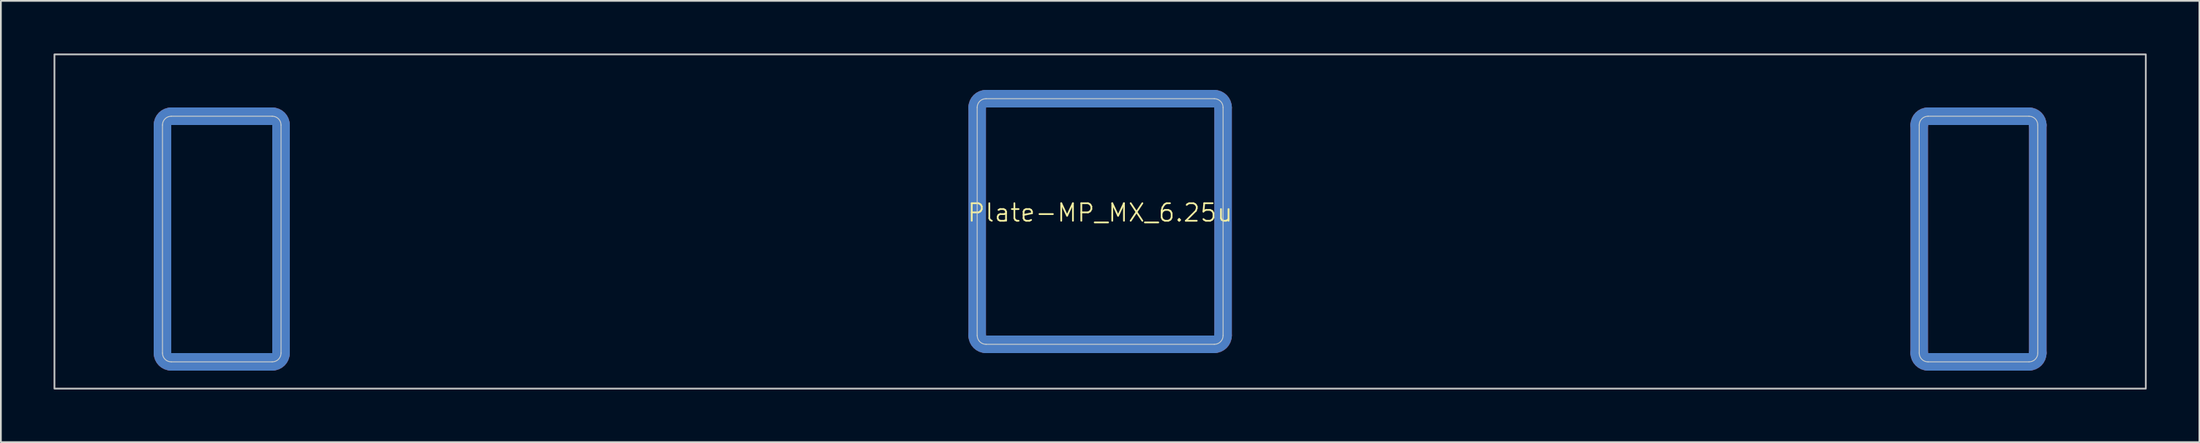
<source format=kicad_pcb>
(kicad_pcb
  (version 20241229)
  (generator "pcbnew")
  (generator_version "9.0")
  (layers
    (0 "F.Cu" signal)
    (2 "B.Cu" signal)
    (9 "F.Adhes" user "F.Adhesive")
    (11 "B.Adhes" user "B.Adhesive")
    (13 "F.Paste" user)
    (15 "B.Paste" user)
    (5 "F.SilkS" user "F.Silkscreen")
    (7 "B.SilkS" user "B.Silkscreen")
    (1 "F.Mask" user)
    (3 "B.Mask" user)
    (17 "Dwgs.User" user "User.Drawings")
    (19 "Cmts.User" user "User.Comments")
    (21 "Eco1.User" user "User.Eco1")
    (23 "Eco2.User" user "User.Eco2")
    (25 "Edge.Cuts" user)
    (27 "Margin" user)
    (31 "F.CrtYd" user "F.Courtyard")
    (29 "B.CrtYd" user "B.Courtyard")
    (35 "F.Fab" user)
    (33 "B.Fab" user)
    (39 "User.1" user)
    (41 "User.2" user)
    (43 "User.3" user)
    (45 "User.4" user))
  (footprint "Plate-MP_MX_6.25u"
    (layer "F.Cu")
    (at 59.581 9.575)
    (property "Reference" "Plate-MP_MX_6.25u" (at 0 -0.5 0) (unlocked yes) (layer "F.SilkS") (effects (font (size 1 1) (thickness 0.1))))
    (attr exclude_from_pos_files exclude_from_bom allow_missing_courtyard)
    (fp_line (start -53.381 -5.5) (end -53.381 7.5) (stroke (width 1) (type solid)) (layer "F.Cu"))
    (fp_line (start -47.131 -6) (end -52.881 -6) (stroke (width 1) (type solid)) (layer "F.Cu"))
    (fp_line (start -47.131 8) (end -52.881 8) (stroke (width 1) (type solid)) (layer "F.Cu"))
    (fp_line (start -46.631 -5.5) (end -46.631 7.5) (stroke (width 1) (type solid)) (layer "F.Cu"))
    (fp_line (start -7 -6.5) (end -7 6.5) (stroke (width 1) (type solid)) (layer "F.Cu"))
    (fp_line (start -6.5 7) (end 6.5 7) (stroke (width 1) (type solid)) (layer "F.Cu"))
    (fp_line (start 6.5 -7) (end -6.5 -7) (stroke (width 1) (type solid)) (layer "F.Cu"))
    (fp_line (start 7 6.5) (end 7 -6.5) (stroke (width 1) (type solid)) (layer "F.Cu"))
    (fp_line (start 46.631 -5.5) (end 46.631 7.5) (stroke (width 1) (type solid)) (layer "F.Cu"))
    (fp_line (start 52.881 -6) (end 47.131 -6) (stroke (width 1) (type solid)) (layer "F.Cu"))
    (fp_line (start 52.881 8) (end 47.131 8) (stroke (width 1) (type solid)) (layer "F.Cu"))
    (fp_line (start 53.381 -5.5) (end 53.381 7.5) (stroke (width 1) (type solid)) (layer "F.Cu"))
    (fp_arc (start -53.38125 -5.499999) (mid -53.234803 -5.853552) (end -52.88125 -5.999999) (stroke (width 1) (type solid)) (layer "F.Cu"))
    (fp_arc (start -52.88125 8.000001) (mid -53.234804 7.853555) (end -53.38125 7.500001) (stroke (width 1) (type solid)) (layer "F.Cu"))
    (fp_arc (start -47.13125 -5.999999) (mid -46.777697 -5.853552) (end -46.63125 -5.499999) (stroke (width 1) (type solid)) (layer "F.Cu"))
    (fp_arc (start -46.63125 7.500001) (mid -46.777697 7.853554) (end -47.13125 8.000001) (stroke (width 1) (type solid)) (layer "F.Cu"))
    (fp_arc (start -7 -6.5) (mid -6.853554 -6.853554) (end -6.5 -7) (stroke (width 1) (type solid)) (layer "F.Cu"))
    (fp_arc (start -6.497236 6.998884) (mid -6.85079 6.852438) (end -6.997236 6.498884) (stroke (width 1) (type solid)) (layer "F.Cu"))
    (fp_arc (start 6.5 -7) (mid 6.853554 -6.853554) (end 7 -6.5) (stroke (width 1) (type solid)) (layer "F.Cu"))
    (fp_arc (start 7 6.5) (mid 6.853554 6.853554) (end 6.5 7) (stroke (width 1) (type solid)) (layer "F.Cu"))
    (fp_arc (start 46.63125 -5.499999) (mid 46.777697 -5.853552) (end 47.13125 -5.999999) (stroke (width 1) (type solid)) (layer "F.Cu"))
    (fp_arc (start 47.13125 8.000001) (mid 46.777696 7.853555) (end 46.63125 7.500001) (stroke (width 1) (type solid)) (layer "F.Cu"))
    (fp_arc (start 52.88125 -5.999999) (mid 53.234803 -5.853552) (end 53.38125 -5.499999) (stroke (width 1) (type solid)) (layer "F.Cu"))
    (fp_arc (start 53.38125 7.500001) (mid 53.234803 7.853554) (end 52.88125 8.000001) (stroke (width 1) (type solid)) (layer "F.Cu"))
    (fp_line (start -53.381 -5.5) (end -53.381 7.5) (stroke (width 1.1) (type solid)) (layer "F.Mask"))
    (fp_line (start -52.881 -6) (end -47.131 -6) (stroke (width 1.1) (type solid)) (layer "F.Mask"))
    (fp_line (start -52.881 8) (end -47.131 8) (stroke (width 1.1) (type solid)) (layer "F.Mask"))
    (fp_line (start -46.631 -5.5) (end -46.631 7.5) (stroke (width 1.1) (type solid)) (layer "F.Mask"))
    (fp_line (start -7 -6.5) (end -7 6.5) (stroke (width 1.1) (type solid)) (layer "F.Mask"))
    (fp_line (start -6.5 7) (end 6.5 7) (stroke (width 1.1) (type solid)) (layer "F.Mask"))
    (fp_line (start 6.5 -7) (end -6.5 -7) (stroke (width 1.1) (type solid)) (layer "F.Mask"))
    (fp_line (start 7 6.5) (end 7 -6.5) (stroke (width 1.1) (type solid)) (layer "F.Mask"))
    (fp_line (start 46.631 -5.5) (end 46.631 7.5) (stroke (width 1.1) (type solid)) (layer "F.Mask"))
    (fp_line (start 47.131 -6) (end 52.881 -6) (stroke (width 1.1) (type solid)) (layer "F.Mask"))
    (fp_line (start 47.131 8) (end 52.881 8) (stroke (width 1.1) (type solid)) (layer "F.Mask"))
    (fp_line (start 53.381 -5.5) (end 53.381 7.5) (stroke (width 1.1) (type solid)) (layer "F.Mask"))
    (fp_arc (start -53.38125 -5.499999) (mid -53.234803 -5.853552) (end -52.88125 -5.999999) (stroke (width 1.1) (type solid)) (layer "F.Mask"))
    (fp_arc (start -52.88125 8.000001) (mid -53.234803 7.853554) (end -53.38125 7.500001) (stroke (width 1.1) (type solid)) (layer "F.Mask"))
    (fp_arc (start -47.13125 -5.999999) (mid -46.777697 -5.853552) (end -46.63125 -5.499999) (stroke (width 1.1) (type solid)) (layer "F.Mask"))
    (fp_arc (start -46.63125 7.500001) (mid -46.777697 7.853554) (end -47.13125 8.000001) (stroke (width 1.1) (type solid)) (layer "F.Mask"))
    (fp_arc (start -7 -6.5) (mid -6.853554 -6.853554) (end -6.5 -7) (stroke (width 1.1) (type solid)) (layer "F.Mask"))
    (fp_arc (start -6.497236 6.998884) (mid -6.85079 6.852438) (end -6.997236 6.498884) (stroke (width 1.1) (type solid)) (layer "F.Mask"))
    (fp_arc (start 6.5 -7) (mid 6.853554 -6.853554) (end 7 -6.5) (stroke (width 1.1) (type solid)) (layer "F.Mask"))
    (fp_arc (start 7 6.5) (mid 6.853554 6.853554) (end 6.5 7) (stroke (width 1.1) (type solid)) (layer "F.Mask"))
    (fp_arc (start 46.63125 -5.499999) (mid 46.777697 -5.853552) (end 47.13125 -5.999999) (stroke (width 1.1) (type solid)) (layer "F.Mask"))
    (fp_arc (start 47.13125 8.000001) (mid 46.777697 7.853554) (end 46.63125 7.500001) (stroke (width 1.1) (type solid)) (layer "F.Mask"))
    (fp_arc (start 52.88125 -5.999999) (mid 53.234803 -5.853552) (end 53.38125 -5.499999) (stroke (width 1.1) (type solid)) (layer "F.Mask"))
    (fp_arc (start 53.38125 7.500001) (mid 53.234803 7.853554) (end 52.88125 8.000001) (stroke (width 1.1) (type solid)) (layer "F.Mask"))
    (fp_line (start -53.381 -5.5) (end -53.381 7.5) (stroke (width 1) (type solid)) (layer "B.Cu"))
    (fp_line (start -52.881 -6) (end -47.131 -6) (stroke (width 1) (type solid)) (layer "B.Cu"))
    (fp_line (start -52.881 8) (end -47.131 8) (stroke (width 1) (type solid)) (layer "B.Cu"))
    (fp_line (start -46.631 -5.5) (end -46.631 7.5) (stroke (width 1) (type solid)) (layer "B.Cu"))
    (fp_line (start -7 6.5) (end -7 -6.5) (stroke (width 1) (type solid)) (layer "B.Cu"))
    (fp_line (start -6.5 -7) (end 6.5 -7) (stroke (width 1) (type solid)) (layer "B.Cu"))
    (fp_line (start 6.5 7) (end -6.5 7) (stroke (width 1) (type solid)) (layer "B.Cu"))
    (fp_line (start 7 -6.5) (end 7 6.5) (stroke (width 1) (type solid)) (layer "B.Cu"))
    (fp_line (start 46.631 -5.5) (end 46.631 7.5) (stroke (width 1) (type solid)) (layer "B.Cu"))
    (fp_line (start 47.131 -6) (end 52.881 -6) (stroke (width 1) (type solid)) (layer "B.Cu"))
    (fp_line (start 47.131 8) (end 52.881 8) (stroke (width 1) (type solid)) (layer "B.Cu"))
    (fp_line (start 53.381 -5.5) (end 53.381 7.5) (stroke (width 1) (type solid)) (layer "B.Cu"))
    (fp_arc (start -53.38125 -5.499999) (mid -53.234803 -5.853552) (end -52.88125 -5.999999) (stroke (width 1) (type solid)) (layer "B.Cu"))
    (fp_arc (start -52.88125 8.000001) (mid -53.234803 7.853554) (end -53.38125 7.500001) (stroke (width 1) (type solid)) (layer "B.Cu"))
    (fp_arc (start -47.13125 -5.999999) (mid -46.777697 -5.853552) (end -46.63125 -5.499999) (stroke (width 1) (type solid)) (layer "B.Cu"))
    (fp_arc (start -46.63125 7.500001) (mid -46.777697 7.853554) (end -47.13125 8.000001) (stroke (width 1) (type solid)) (layer "B.Cu"))
    (fp_arc (start -7 -6.5) (mid -6.853553 -6.853553) (end -6.5 -7) (stroke (width 1) (type solid)) (layer "B.Cu"))
    (fp_arc (start -6.5 7) (mid -6.853553 6.853553) (end -7 6.5) (stroke (width 1) (type solid)) (layer "B.Cu"))
    (fp_arc (start 6.5 -7) (mid 6.853554 -6.853554) (end 7 -6.5) (stroke (width 1) (type solid)) (layer "B.Cu"))
    (fp_arc (start 6.997236 6.498884) (mid 6.85079 6.852438) (end 6.497236 6.998884) (stroke (width 1) (type solid)) (layer "B.Cu"))
    (fp_arc (start 46.63125 -5.499999) (mid 46.777697 -5.853552) (end 47.13125 -5.999999) (stroke (width 1) (type solid)) (layer "B.Cu"))
    (fp_arc (start 47.13125 8.000001) (mid 46.777697 7.853554) (end 46.63125 7.500001) (stroke (width 1) (type solid)) (layer "B.Cu"))
    (fp_arc (start 52.88125 -5.999999) (mid 53.234803 -5.853552) (end 53.38125 -5.499999) (stroke (width 1) (type solid)) (layer "B.Cu"))
    (fp_arc (start 53.38125 7.500001) (mid 53.234803 7.853554) (end 52.88125 8.000001) (stroke (width 1) (type solid)) (layer "B.Cu"))
    (fp_line (start -53.381 -5.5) (end -53.381 7.5) (stroke (width 1.1) (type solid)) (layer "B.Mask"))
    (fp_line (start -47.131 -6) (end -52.881 -6) (stroke (width 1.1) (type solid)) (layer "B.Mask"))
    (fp_line (start -47.131 8) (end -52.881 8) (stroke (width 1.1) (type solid)) (layer "B.Mask"))
    (fp_line (start -46.631 -5.5) (end -46.631 7.5) (stroke (width 1.1) (type solid)) (layer "B.Mask"))
    (fp_line (start -7 6.5) (end -7 -6.5) (stroke (width 1.1) (type solid)) (layer "B.Mask"))
    (fp_line (start -6.5 -7) (end 6.5 -7) (stroke (width 1.1) (type solid)) (layer "B.Mask"))
    (fp_line (start 6.5 7) (end -6.5 7) (stroke (width 1.1) (type solid)) (layer "B.Mask"))
    (fp_line (start 7 -6.5) (end 7 6.5) (stroke (width 1.1) (type solid)) (layer "B.Mask"))
    (fp_line (start 46.631 -5.5) (end 46.631 7.5) (stroke (width 1.1) (type solid)) (layer "B.Mask"))
    (fp_line (start 52.881 -6) (end 47.131 -6) (stroke (width 1.1) (type solid)) (layer "B.Mask"))
    (fp_line (start 52.881 8) (end 47.131 8) (stroke (width 1.1) (type solid)) (layer "B.Mask"))
    (fp_line (start 53.381 -5.5) (end 53.381 7.5) (stroke (width 1.1) (type solid)) (layer "B.Mask"))
    (fp_arc (start -53.38125 -5.499999) (mid -53.234803 -5.853552) (end -52.88125 -5.999999) (stroke (width 1.1) (type solid)) (layer "B.Mask"))
    (fp_arc (start -52.88125 8.000001) (mid -53.234803 7.853554) (end -53.38125 7.500001) (stroke (width 1.1) (type solid)) (layer "B.Mask"))
    (fp_arc (start -47.13125 -5.999999) (mid -46.777697 -5.853552) (end -46.63125 -5.499999) (stroke (width 1.1) (type solid)) (layer "B.Mask"))
    (fp_arc (start -46.63125 7.500001) (mid -46.777697 7.853554) (end -47.13125 8.000001) (stroke (width 1.1) (type solid)) (layer "B.Mask"))
    (fp_arc (start -7 -6.5) (mid -6.853553 -6.853553) (end -6.5 -7) (stroke (width 1.1) (type solid)) (layer "B.Mask"))
    (fp_arc (start -6.5 7) (mid -6.853553 6.853553) (end -7 6.5) (stroke (width 1.1) (type solid)) (layer "B.Mask"))
    (fp_arc (start 6.5 -7) (mid 6.853554 -6.853554) (end 7 -6.5) (stroke (width 1.1) (type solid)) (layer "B.Mask"))
    (fp_arc (start 6.997236 6.498884) (mid 6.85079 6.852438) (end 6.497236 6.998884) (stroke (width 1.1) (type solid)) (layer "B.Mask"))
    (fp_arc (start 46.63125 -5.499999) (mid 46.777697 -5.853552) (end 47.13125 -5.999999) (stroke (width 1.1) (type solid)) (layer "B.Mask"))
    (fp_arc (start 47.13125 8.000001) (mid 46.777697 7.853554) (end 46.63125 7.500001) (stroke (width 1.1) (type solid)) (layer "B.Mask"))
    (fp_arc (start 52.88125 -5.999999) (mid 53.234803 -5.853552) (end 53.38125 -5.499999) (stroke (width 1.1) (type solid)) (layer "B.Mask"))
    (fp_arc (start 53.38125 7.500001) (mid 53.234803 7.853554) (end 52.88125 8.000001) (stroke (width 1.1) (type solid)) (layer "B.Mask"))
    (fp_rect (start -59.531 -9.525) (end 59.531 9.525) (stroke (width 0.1) (type solid)) (fill no) (layer "Dwgs.User"))
    (fp_line (start -53.381 -5.5) (end -53.381 7.5) (stroke (width 0.05) (type solid)) (layer "Edge.Cuts"))
    (fp_line (start -52.881 -6) (end -47.131 -6) (stroke (width 0.05) (type solid)) (layer "Edge.Cuts"))
    (fp_line (start -52.881 8) (end -47.131 8) (stroke (width 0.05) (type solid)) (layer "Edge.Cuts"))
    (fp_line (start -46.631 -5.5) (end -46.631 7.5) (stroke (width 0.05) (type solid)) (layer "Edge.Cuts"))
    (fp_line (start -7 -6.5) (end -7 6.5) (stroke (width 0.05) (type solid)) (layer "Edge.Cuts"))
    (fp_line (start -6.5 7) (end 6.5 7) (stroke (width 0.05) (type solid)) (layer "Edge.Cuts"))
    (fp_line (start 6.5 -7) (end -6.5 -7) (stroke (width 0.05) (type solid)) (layer "Edge.Cuts"))
    (fp_line (start 7 6.5) (end 7 -6.5) (stroke (width 0.05) (type solid)) (layer "Edge.Cuts"))
    (fp_line (start 46.632 -5.5) (end 46.632 7.5) (stroke (width 0.05) (type solid)) (layer "Edge.Cuts"))
    (fp_line (start 47.132 -6) (end 52.881 -6) (stroke (width 0.05) (type solid)) (layer "Edge.Cuts"))
    (fp_line (start 47.132 8) (end 52.882 8) (stroke (width 0.05) (type solid)) (layer "Edge.Cuts"))
    (fp_line (start 53.381 -5.5) (end 53.382 7.5) (stroke (width 0.05) (type solid)) (layer "Edge.Cuts"))
    (fp_arc (start -53.38125 -5.499999) (mid -53.234803 -5.853552) (end -52.88125 -5.999999) (stroke (width 0.05) (type solid)) (layer "Edge.Cuts"))
    (fp_arc (start -52.88125 8.000001) (mid -53.234803 7.853554) (end -53.38125 7.500001) (stroke (width 0.05) (type solid)) (layer "Edge.Cuts"))
    (fp_arc (start -47.13125 -5.999999) (mid -46.777697 -5.853552) (end -46.63125 -5.499999) (stroke (width 0.05) (type solid)) (layer "Edge.Cuts"))
    (fp_arc (start -46.63125 7.500001) (mid -46.777697 7.853554) (end -47.13125 8.000001) (stroke (width 0.05) (type solid)) (layer "Edge.Cuts"))
    (fp_arc (start -7 -6.5) (mid -6.853553 -6.853553) (end -6.5 -7) (stroke (width 0.05) (type solid)) (layer "Edge.Cuts"))
    (fp_arc (start -6.497236 6.998884) (mid -6.850789 6.852437) (end -6.997236 6.498884) (stroke (width 0.05) (type solid)) (layer "Edge.Cuts"))
    (fp_arc (start 6.5 -7) (mid 6.853554 -6.853554) (end 7 -6.5) (stroke (width 0.05) (type solid)) (layer "Edge.Cuts"))
    (fp_arc (start 7 6.5) (mid 6.853554 6.853554) (end 6.5 7) (stroke (width 0.05) (type solid)) (layer "Edge.Cuts"))
    (fp_arc (start 46.631855 -5.499999) (mid 46.778302 -5.853551) (end 47.131855 -5.999999) (stroke (width 0.05) (type solid)) (layer "Edge.Cuts"))
    (fp_arc (start 47.131855 8.000001) (mid 46.778327 7.853527) (end 46.631855 7.500001) (stroke (width 0.05) (type solid)) (layer "Edge.Cuts"))
    (fp_arc (start 52.880644 -5.999999) (mid 53.234172 -5.853525) (end 53.380644 -5.499999) (stroke (width 0.05) (type solid)) (layer "Edge.Cuts"))
    (fp_arc (start 53.381855 7.500001) (mid 53.235408 7.853556) (end 52.881855 8.000001) (stroke (width 0.05) (type solid)) (layer "Edge.Cuts")))
  (gr_rect
    (start -3 -3)
    (end 122.162 22.15)
    (stroke (width 0.1) (type default))
    (fill no)
    (layer "Edge.Cuts")))
</source>
